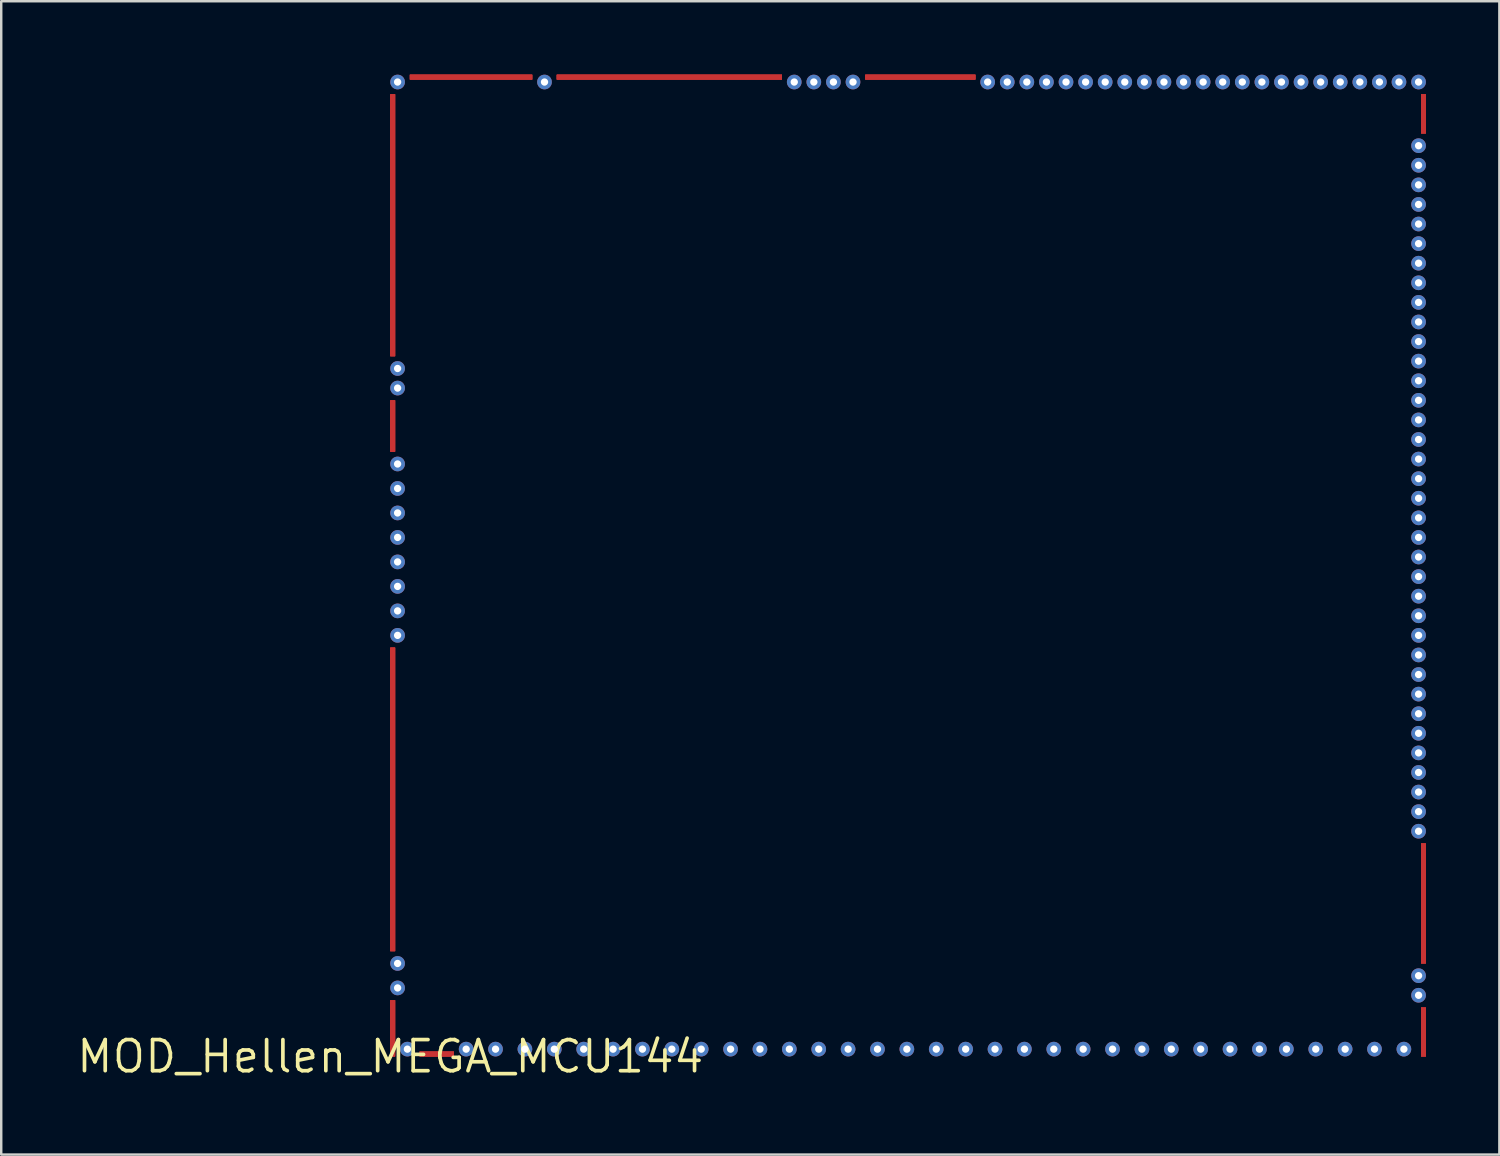
<source format=kicad_pcb>
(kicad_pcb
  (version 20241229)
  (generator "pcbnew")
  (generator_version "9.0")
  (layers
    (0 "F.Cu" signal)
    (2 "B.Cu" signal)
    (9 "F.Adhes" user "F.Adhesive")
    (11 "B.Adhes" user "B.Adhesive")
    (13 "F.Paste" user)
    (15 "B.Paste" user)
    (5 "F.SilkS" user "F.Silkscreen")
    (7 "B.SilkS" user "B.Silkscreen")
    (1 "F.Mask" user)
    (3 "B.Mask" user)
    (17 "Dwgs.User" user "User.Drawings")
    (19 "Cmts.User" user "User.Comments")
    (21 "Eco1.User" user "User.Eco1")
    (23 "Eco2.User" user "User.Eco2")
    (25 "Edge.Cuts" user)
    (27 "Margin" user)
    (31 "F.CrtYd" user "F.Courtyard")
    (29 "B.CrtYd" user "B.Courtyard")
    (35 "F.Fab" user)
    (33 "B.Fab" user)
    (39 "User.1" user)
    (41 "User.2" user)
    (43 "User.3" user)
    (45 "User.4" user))
  (footprint "MOD_Hellen_MEGA_MCU144"
    (layer "F.Cu")
    (at 12.889 40.1)
    (property "Reference" "MOD_Hellen_MEGA_MCU144" (at 0 0 0) (layer "F.SilkS") (effects (font (size 1.27 1.27) (thickness 0.15))))
    (attr through_hole)
    (pad "1" thru_hole oval (at 42 -37.2) (size 0.6 0.6) (drill 0.3) (layers "F.Cu" "F.Mask"))
    (pad "2" thru_hole oval (at 42 -36.4) (size 0.6 0.6) (drill 0.3) (layers "F.Cu" "F.Mask"))
    (pad "3" thru_hole oval (at 42 -35.6) (size 0.6 0.6) (drill 0.3) (layers "F.Cu" "F.Mask"))
    (pad "4" thru_hole oval (at 42 -34.8) (size 0.6 0.6) (drill 0.3) (layers "F.Cu" "F.Mask"))
    (pad "5" thru_hole oval (at 42 -34 270) (size 0.6 0.6) (drill 0.3) (layers "F.Cu" "F.Mask"))
    (pad "6" thru_hole oval (at 42 -33.2 270) (size 0.6 0.6) (drill 0.3) (layers "F.Cu" "F.Mask"))
    (pad "7" thru_hole oval (at 42 -32.4 270) (size 0.6 0.6) (drill 0.3) (layers "F.Cu" "F.Mask"))
    (pad "8" thru_hole oval (at 42 -31.6 270) (size 0.6 0.6) (drill 0.3) (layers "F.Cu" "F.Mask"))
    (pad "9" thru_hole oval (at 42 -30.8 270) (size 0.6 0.6) (drill 0.3) (layers "F.Cu" "F.Mask"))
    (pad "10" thru_hole oval (at 42 -30 270) (size 0.6 0.6) (drill 0.3) (layers "F.Cu" "F.Mask"))
    (pad "11" thru_hole oval (at 42 -29.2 270) (size 0.6 0.6) (drill 0.3) (layers "F.Cu" "F.Mask"))
    (pad "12" thru_hole oval (at 42 -28.4 270) (size 0.6 0.6) (drill 0.3) (layers "F.Cu" "F.Mask"))
    (pad "13" thru_hole oval (at 42 -27.6 270) (size 0.6 0.6) (drill 0.3) (layers "F.Cu" "F.Mask"))
    (pad "14" thru_hole oval (at 42 -26.8 270) (size 0.6 0.6) (drill 0.3) (layers "F.Cu" "F.Mask"))
    (pad "15" thru_hole oval (at 42 -26 270) (size 0.6 0.6) (drill 0.3) (layers "F.Cu" "F.Mask"))
    (pad "16" thru_hole oval (at 42 -25.2 270) (size 0.6 0.6) (drill 0.3) (layers "F.Cu" "F.Mask"))
    (pad "17" thru_hole oval (at 42 -24.4 270) (size 0.6 0.6) (drill 0.3) (layers "F.Cu" "F.Mask"))
    (pad "18" thru_hole oval (at 42 -23.6 270) (size 0.6 0.6) (drill 0.3) (layers "F.Cu" "F.Mask"))
    (pad "19" thru_hole oval (at 42 -22.8 270) (size 0.6 0.6) (drill 0.3) (layers "F.Cu" "F.Mask"))
    (pad "20" thru_hole oval (at 42 -22 270) (size 0.6 0.6) (drill 0.3) (layers "F.Cu" "F.Mask"))
    (pad "21" thru_hole oval (at 42 -21.2 270) (size 0.6 0.6) (drill 0.3) (layers "F.Cu" "F.Mask"))
    (pad "22" thru_hole oval (at 42 -20.4 270) (size 0.6 0.6) (drill 0.3) (layers "F.Cu" "F.Mask"))
    (pad "23" thru_hole oval (at 42 -19.6 270) (size 0.6 0.6) (drill 0.3) (layers "F.Cu" "F.Mask"))
    (pad "24" thru_hole oval (at 42 -18.8 180) (size 0.6 0.6) (drill 0.3) (layers "F.Cu" "F.Mask"))
    (pad "25" thru_hole oval (at 42 -18 180) (size 0.6 0.6) (drill 0.3) (layers "F.Cu" "F.Mask"))
    (pad "26" thru_hole oval (at 42 -17.2 270) (size 0.6 0.6) (drill 0.3) (layers "F.Cu" "F.Mask"))
    (pad "27" thru_hole oval (at 42 -16.4 270) (size 0.6 0.6) (drill 0.3) (layers "F.Cu" "F.Mask"))
    (pad "28" thru_hole oval (at 42 -15.6 180) (size 0.6 0.6) (drill 0.3) (layers "F.Cu" "F.Mask"))
    (pad "29" thru_hole oval (at 42 -14.8 180) (size 0.6 0.6) (drill 0.3) (layers "F.Cu" "F.Mask"))
    (pad "30" thru_hole oval (at 42 -14 180) (size 0.6 0.6) (drill 0.3) (layers "F.Cu" "F.Mask"))
    (pad "31" thru_hole oval (at 42 -13.2 180) (size 0.6 0.6) (drill 0.3) (layers "F.Cu" "F.Mask"))
    (pad "32" thru_hole oval (at 42 -12.4 180) (size 0.6 0.6) (drill 0.3) (layers "F.Cu" "F.Mask"))
    (pad "33" thru_hole oval (at 42 -11.6 180) (size 0.6 0.6) (drill 0.3) (layers "F.Cu" "F.Mask"))
    (pad "34" thru_hole oval (at 42 -10.8 270) (size 0.6 0.6) (drill 0.3) (layers "F.Cu" "F.Mask"))
    (pad "35" thru_hole oval (at 42 -10 270) (size 0.6 0.6) (drill 0.3) (layers "F.Cu" "F.Mask"))
    (pad "36" thru_hole oval (at 42 -9.2 270) (size 0.6 0.6) (drill 0.3) (layers "F.Cu" "F.Mask"))
    (pad "37" thru_hole oval (at 42 -3.3 270) (size 0.6 0.6) (drill 0.3) (layers "F.Cu" "F.Mask"))
    (pad "38" thru_hole oval (at 42 -2.5 270) (size 0.6 0.6) (drill 0.3) (layers "F.Cu" "F.Mask"))
    (pad "39" smd rect (at 1.9 -0.1 90) (size 0.2 1.4) (layers "F.Cu" "F.Mask"))
    (pad "40" smd rect (at 42.2 -38.5 180) (size 0.2 1.6) (layers "F.Cu" "F.Mask"))
    (pad "41" smd rect (at 42.2 -6.25 180) (size 0.2 4.9) (layers "F.Cu" "F.Mask"))
    (pad "42" smd rect (at 21.65 -40 270) (size 0.2 4.5) (layers "F.Cu" "F.Mask"))
    (pad "43" smd rect (at 11.4 -40 270) (size 0.2 9.2) (layers "F.Cu" "F.Mask"))
    (pad "44" smd rect (at 3.3 -40 270) (size 0.2 5) (layers "F.Cu" "F.Mask"))
    (pad "45" smd rect (at 0.1 -33.95) (size 0.2 10.7) (layers "F.Cu" "F.Mask"))
    (pad "46" smd rect (at 0.1 -25.75) (size 0.2 2.1) (layers "F.Cu" "F.Mask"))
    (pad "47" smd rect (at 42.2 -1 180) (size 0.2 2) (layers "F.Cu" "F.Mask"))
    (pad "48" smd rect (at 0.1 -10.5) (size 0.2 12.4) (layers "F.Cu" "F.Mask"))
    (pad "49" smd rect (at 0.1 -1.15) (size 0.2 2.3) (layers "F.Cu" "F.Mask"))
    (pad "50" smd rect (at 1.9 -0.1 90) (size 0.2 1.4) (layers "F.Cu" "F.Mask"))
    (pad "51" smd rect (at 42.2 -6.25 180) (size 0.2 4.9) (layers "F.Cu" "F.Mask"))
    (pad "52" smd rect (at 42.2 -38.5 180) (size 0.2 1.6) (layers "F.Cu" "F.Mask"))
    (pad "53" smd rect (at 21.65 -40 270) (size 0.2 4.5) (layers "F.Cu" "F.Mask"))
    (pad "54" smd rect (at 11.4 -40 270) (size 0.2 9.2) (layers "F.Cu" "F.Mask"))
    (pad "55" smd rect (at 3.3 -40 270) (size 0.2 5) (layers "F.Cu" "F.Mask"))
    (pad "56" smd rect (at 0.1 -33.95) (size 0.2 10.7) (layers "F.Cu" "F.Mask"))
    (pad "57" smd rect (at 0.1 -25.75) (size 0.2 2.1) (layers "F.Cu" "F.Mask"))
    (pad "58" smd rect (at 0.1 -10.5) (size 0.2 12.4) (layers "F.Cu" "F.Mask"))
    (pad "59" smd rect (at 42.2 -1 180) (size 0.2 2) (layers "F.Cu" "F.Mask"))
    (pad "60" smd rect (at 0.1 -1.15) (size 0.2 2.3) (layers "F.Cu" "F.Mask"))
    (pad "61" smd rect (at 1.9 -0.1 90) (size 0.2 1.4) (layers "F.Cu" "F.Mask"))
    (pad "62" smd rect (at 42.2 -6.25 180) (size 0.2 4.9) (layers "F.Cu" "F.Mask"))
    (pad "63" smd rect (at 42.2 -38.5 180) (size 0.2 1.6) (layers "F.Cu" "F.Mask"))
    (pad "64" smd rect (at 21.65 -40 270) (size 0.2 4.5) (layers "F.Cu" "F.Mask"))
    (pad "65" smd rect (at 11.4 -40 270) (size 0.2 9.2) (layers "F.Cu" "F.Mask"))
    (pad "66" smd rect (at 3.3 -40 270) (size 0.2 5) (layers "F.Cu" "F.Mask"))
    (pad "67" smd rect (at 0.1 -33.95) (size 0.2 10.7) (layers "F.Cu" "F.Mask"))
    (pad "68" smd rect (at 0.1 -25.75) (size 0.2 2.1) (layers "F.Cu" "F.Mask"))
    (pad "69" smd rect (at 0.1 -10.5) (size 0.2 12.4) (layers "F.Cu" "F.Mask"))
    (pad "70" smd rect (at 42.2 -1 180) (size 0.2 2) (layers "F.Cu" "F.Mask"))
    (pad "71" smd rect (at 0.1 -1.15) (size 0.2 2.3) (layers "F.Cu" "F.Mask"))
    (pad "72" smd rect (at 1.9 -0.1 90) (size 0.2 1.4) (layers "F.Cu" "F.Mask"))
    (pad "73" smd rect (at 42.2 -6.25 180) (size 0.2 4.9) (layers "F.Cu" "F.Mask"))
    (pad "74" smd rect (at 42.2 -38.5 180) (size 0.2 1.6) (layers "F.Cu" "F.Mask"))
    (pad "75" smd rect (at 21.65 -40 270) (size 0.2 4.5) (layers "F.Cu" "F.Mask"))
    (pad "76" smd rect (at 11.4 -40 270) (size 0.2 9.2) (layers "F.Cu" "F.Mask"))
    (pad "77" smd rect (at 3.3 -40 270) (size 0.2 5) (layers "F.Cu" "F.Mask"))
    (pad "78" smd rect (at 0.1 -33.95) (size 0.2 10.7) (layers "F.Cu" "F.Mask"))
    (pad "79" smd rect (at 0.1 -25.75) (size 0.2 2.1) (layers "F.Cu" "F.Mask"))
    (pad "80" smd rect (at 0.1 -10.5) (size 0.2 12.4) (layers "F.Cu" "F.Mask"))
    (pad "81" smd rect (at 42.2 -1 180) (size 0.2 2) (layers "F.Cu" "F.Mask"))
    (pad "82" smd rect (at 0.1 -1.15) (size 0.2 2.3) (layers "F.Cu" "F.Mask"))
    (pad "83" thru_hole oval (at 42 -39.8 270) (size 0.6 0.6) (drill 0.3) (layers "F.Cu" "F.Mask"))
    (pad "84" thru_hole oval (at 41.2 -39.8 270) (size 0.6 0.6) (drill 0.3) (layers "F.Cu" "F.Mask"))
    (pad "85" thru_hole oval (at 40.4 -39.8 270) (size 0.6 0.6) (drill 0.3) (layers "F.Cu" "F.Mask"))
    (pad "86" thru_hole oval (at 39.6 -39.8 270) (size 0.6 0.6) (drill 0.3) (layers "F.Cu" "F.Mask"))
    (pad "87" thru_hole oval (at 38.8 -39.8 90) (size 0.6 0.6) (drill 0.3) (layers "F.Cu" "F.Mask"))
    (pad "88" thru_hole oval (at 38 -39.8 270) (size 0.6 0.6) (drill 0.3) (layers "F.Cu" "F.Mask"))
    (pad "89" thru_hole oval (at 37.2 -39.8 270) (size 0.6 0.6) (drill 0.3) (layers "F.Cu" "F.Mask"))
    (pad "90" thru_hole oval (at 36.4 -39.8 270) (size 0.6 0.6) (drill 0.3) (layers "F.Cu" "F.Mask"))
    (pad "91" thru_hole oval (at 35.6 -39.8 90) (size 0.6 0.6) (drill 0.3) (layers "F.Cu" "F.Mask"))
    (pad "92" thru_hole oval (at 34.8 -39.8 90) (size 0.6 0.6) (drill 0.3) (layers "F.Cu" "F.Mask"))
    (pad "93" thru_hole oval (at 34 -39.8 90) (size 0.6 0.6) (drill 0.3) (layers "F.Cu" "F.Mask"))
    (pad "94" thru_hole oval (at 33.2 -39.8 90) (size 0.6 0.6) (drill 0.3) (layers "F.Cu" "F.Mask"))
    (pad "95" thru_hole oval (at 32.4 -39.8 90) (size 0.6 0.6) (drill 0.3) (layers "F.Cu" "F.Mask"))
    (pad "96" thru_hole oval (at 31.6 -39.8 270) (size 0.6 0.6) (drill 0.3) (layers "F.Cu" "F.Mask"))
    (pad "97" thru_hole oval (at 30.8 -39.8 270) (size 0.6 0.6) (drill 0.3) (layers "F.Cu" "F.Mask"))
    (pad "98" thru_hole oval (at 30 -39.8 270) (size 0.6 0.6) (drill 0.3) (layers "F.Cu" "F.Mask"))
    (pad "99" thru_hole oval (at 29.2 -39.8 270) (size 0.6 0.6) (drill 0.3) (layers "F.Cu" "F.Mask"))
    (pad "100" thru_hole oval (at 28.4 -39.8 270) (size 0.6 0.6) (drill 0.3) (layers "F.Cu" "F.Mask"))
    (pad "101" thru_hole oval (at 27.6 -39.8 270) (size 0.6 0.6) (drill 0.3) (layers "F.Cu" "F.Mask"))
    (pad "102" thru_hole oval (at 26.8 -39.8 270) (size 0.6 0.6) (drill 0.3) (layers "F.Cu" "F.Mask"))
    (pad "103" thru_hole oval (at 26 -39.8 270) (size 0.6 0.6) (drill 0.3) (layers "F.Cu" "F.Mask"))
    (pad "104" thru_hole oval (at 25.2 -39.8 270) (size 0.6 0.6) (drill 0.3) (layers "F.Cu" "F.Mask"))
    (pad "105" thru_hole oval (at 24.4 -39.8 270) (size 0.6 0.6) (drill 0.3) (layers "F.Cu" "F.Mask"))
    (pad "106" thru_hole oval (at 18.9 -39.8 270) (size 0.6 0.6) (drill 0.3) (layers "F.Cu" "F.Mask"))
    (pad "107" thru_hole oval (at 18.1 -39.8 270) (size 0.6 0.6) (drill 0.3) (layers "F.Cu" "F.Mask"))
    (pad "108" thru_hole oval (at 17.3 -39.8 270) (size 0.6 0.6) (drill 0.3) (layers "F.Cu" "F.Mask"))
    (pad "109" thru_hole oval (at 16.5 -39.8 270) (size 0.6 0.6) (drill 0.3) (layers "F.Cu" "F.Mask"))
    (pad "110" thru_hole oval (at 6.3 -39.8 270) (size 0.6 0.6) (drill 0.3) (layers "F.Cu" "F.Mask"))
    (pad "111" thru_hole oval (at 0.3 -39.8 270) (size 0.6 0.6) (drill 0.3) (layers "F.Cu" "F.Mask"))
    (pad "112" thru_hole oval (at 41.4 -0.3 270) (size 0.6 0.6) (drill 0.3) (layers "F.Cu" "F.Mask"))
    (pad "113" thru_hole oval (at 40.2 -0.3 270) (size 0.6 0.6) (drill 0.3) (layers "F.Cu" "F.Mask"))
    (pad "114" thru_hole oval (at 39 -0.3 270) (size 0.6 0.6) (drill 0.3) (layers "F.Cu" "F.Mask"))
    (pad "115" thru_hole oval (at 37.8 -0.3 270) (size 0.6 0.6) (drill 0.3) (layers "F.Cu" "F.Mask"))
    (pad "116" thru_hole oval (at 36.6 -0.3 270) (size 0.6 0.6) (drill 0.3) (layers "F.Cu" "F.Mask"))
    (pad "117" thru_hole oval (at 35.5 -0.3 270) (size 0.6 0.6) (drill 0.3) (layers "F.Cu" "F.Mask"))
    (pad "118" thru_hole oval (at 34.3 -0.3 270) (size 0.6 0.6) (drill 0.3) (layers "F.Cu" "F.Mask"))
    (pad "119" thru_hole oval (at 33.1 -0.3 270) (size 0.6 0.6) (drill 0.3) (layers "F.Cu" "F.Mask"))
    (pad "120" thru_hole oval (at 31.9 -0.3 270) (size 0.6 0.6) (drill 0.3) (layers "F.Cu" "F.Mask"))
    (pad "121" thru_hole oval (at 30.7 -0.3 270) (size 0.6 0.6) (drill 0.3) (layers "F.Cu" "F.Mask"))
    (pad "122" thru_hole oval (at 29.5 -0.3 270) (size 0.6 0.6) (drill 0.3) (layers "F.Cu" "F.Mask"))
    (pad "123" thru_hole oval (at 28.3 -0.3 270) (size 0.6 0.6) (drill 0.3) (layers "F.Cu" "F.Mask"))
    (pad "124" thru_hole oval (at 27.1 -0.3 270) (size 0.6 0.6) (drill 0.3) (layers "F.Cu" "F.Mask"))
    (pad "125" thru_hole oval (at 25.9 -0.3 270) (size 0.6 0.6) (drill 0.3) (layers "F.Cu" "F.Mask"))
    (pad "126" thru_hole oval (at 24.7 -0.3 270) (size 0.6 0.6) (drill 0.3) (layers "F.Cu" "F.Mask"))
    (pad "127" thru_hole oval (at 23.5 -0.3 270) (size 0.6 0.6) (drill 0.3) (layers "F.Cu" "F.Mask"))
    (pad "128" thru_hole oval (at 22.3 -0.3 270) (size 0.6 0.6) (drill 0.3) (layers "F.Cu" "F.Mask"))
    (pad "129" thru_hole oval (at 21.1 -0.3 270) (size 0.6 0.6) (drill 0.3) (layers "F.Cu" "F.Mask"))
    (pad "130" thru_hole oval (at 19.9 -0.3 270) (size 0.6 0.6) (drill 0.3) (layers "F.Cu" "F.Mask"))
    (pad "131" thru_hole oval (at 18.7 -0.3 270) (size 0.6 0.6) (drill 0.3) (layers "F.Cu" "F.Mask"))
    (pad "132" thru_hole oval (at 17.5 -0.3 270) (size 0.6 0.6) (drill 0.3) (layers "F.Cu" "F.Mask"))
    (pad "133" thru_hole oval (at 16.3 -0.3 270) (size 0.6 0.6) (drill 0.3) (layers "F.Cu" "F.Mask"))
    (pad "134" thru_hole oval (at 15.1 -0.3 270) (size 0.6 0.6) (drill 0.3) (layers "F.Cu" "F.Mask"))
    (pad "135" thru_hole oval (at 13.9 -0.3 270) (size 0.6 0.6) (drill 0.3) (layers "F.Cu" "F.Mask"))
    (pad "136" thru_hole oval (at 12.7 -0.3 270) (size 0.6 0.6) (drill 0.3) (layers "F.Cu" "F.Mask"))
    (pad "137" thru_hole oval (at 11.5 -0.3 270) (size 0.6 0.6) (drill 0.3) (layers "F.Cu" "F.Mask"))
    (pad "138" thru_hole oval (at 10.3 -0.3 270) (size 0.6 0.6) (drill 0.3) (layers "F.Cu" "F.Mask"))
    (pad "139" thru_hole oval (at 9.1 -0.3 270) (size 0.6 0.6) (drill 0.3) (layers "F.Cu" "F.Mask"))
    (pad "140" thru_hole oval (at 7.9 -0.3 270) (size 0.6 0.6) (drill 0.3) (layers "F.Cu" "F.Mask"))
    (pad "141" thru_hole oval (at 6.7 -0.3 270) (size 0.6 0.6) (drill 0.3) (layers "F.Cu" "F.Mask"))
    (pad "142" thru_hole oval (at 5.5 -0.3 270) (size 0.6 0.6) (drill 0.3) (layers "F.Cu" "F.Mask"))
    (pad "143" thru_hole oval (at 4.3 -0.3 270) (size 0.6 0.6) (drill 0.3) (layers "F.Cu" "F.Mask"))
    (pad "144" thru_hole oval (at 3.1 -0.3 270) (size 0.6 0.6) (drill 0.3) (layers "F.Cu" "F.Mask"))
    (pad "145" thru_hole oval (at 0.7 -0.3 270) (size 0.6 0.6) (drill 0.3) (layers "F.Cu" "F.Mask"))
    (pad "146" thru_hole oval (at 0.3 -2.8 180) (size 0.6 0.6) (drill 0.3) (layers "F.Cu" "F.Mask"))
    (pad "147" thru_hole oval (at 0.3 -3.8 270) (size 0.6 0.6) (drill 0.3) (layers "F.Cu" "F.Mask"))
    (pad "148" thru_hole oval (at 0.3 -17.2 180) (size 0.6 0.6) (drill 0.3) (layers "F.Cu" "F.Mask"))
    (pad "149" thru_hole oval (at 0.3 -18.2 180) (size 0.6 0.6) (drill 0.3) (layers "F.Cu" "F.Mask"))
    (pad "150" thru_hole oval (at 0.3 -19.2 180) (size 0.6 0.6) (drill 0.3) (layers "F.Cu" "F.Mask"))
    (pad "151" thru_hole oval (at 0.3 -20.2 180) (size 0.6 0.6) (drill 0.3) (layers "F.Cu" "F.Mask"))
    (pad "152" thru_hole oval (at 0.3 -21.2 180) (size 0.6 0.6) (drill 0.3) (layers "F.Cu" "F.Mask"))
    (pad "153" thru_hole oval (at 0.3 -22.2 180) (size 0.6 0.6) (drill 0.3) (layers "F.Cu" "F.Mask"))
    (pad "154" thru_hole oval (at 0.3 -23.2 180) (size 0.6 0.6) (drill 0.3) (layers "F.Cu" "F.Mask"))
    (pad "155" thru_hole oval (at 0.3 -24.2 180) (size 0.6 0.6) (drill 0.3) (layers "F.Cu" "F.Mask"))
    (pad "156" thru_hole oval (at 0.3 -27.3 270) (size 0.6 0.6) (drill 0.3) (layers "F.Cu" "F.Mask"))
    (pad "157" thru_hole oval (at 0.3 -28.1 270) (size 0.6 0.6) (drill 0.3) (layers "F.Cu" "F.Mask")))
  (gr_rect
    (start -3 -3)
    (end 58.189 44.106)
    (stroke (width 0.1) (type default))
    (fill no)
    (layer "Edge.Cuts")))
</source>
